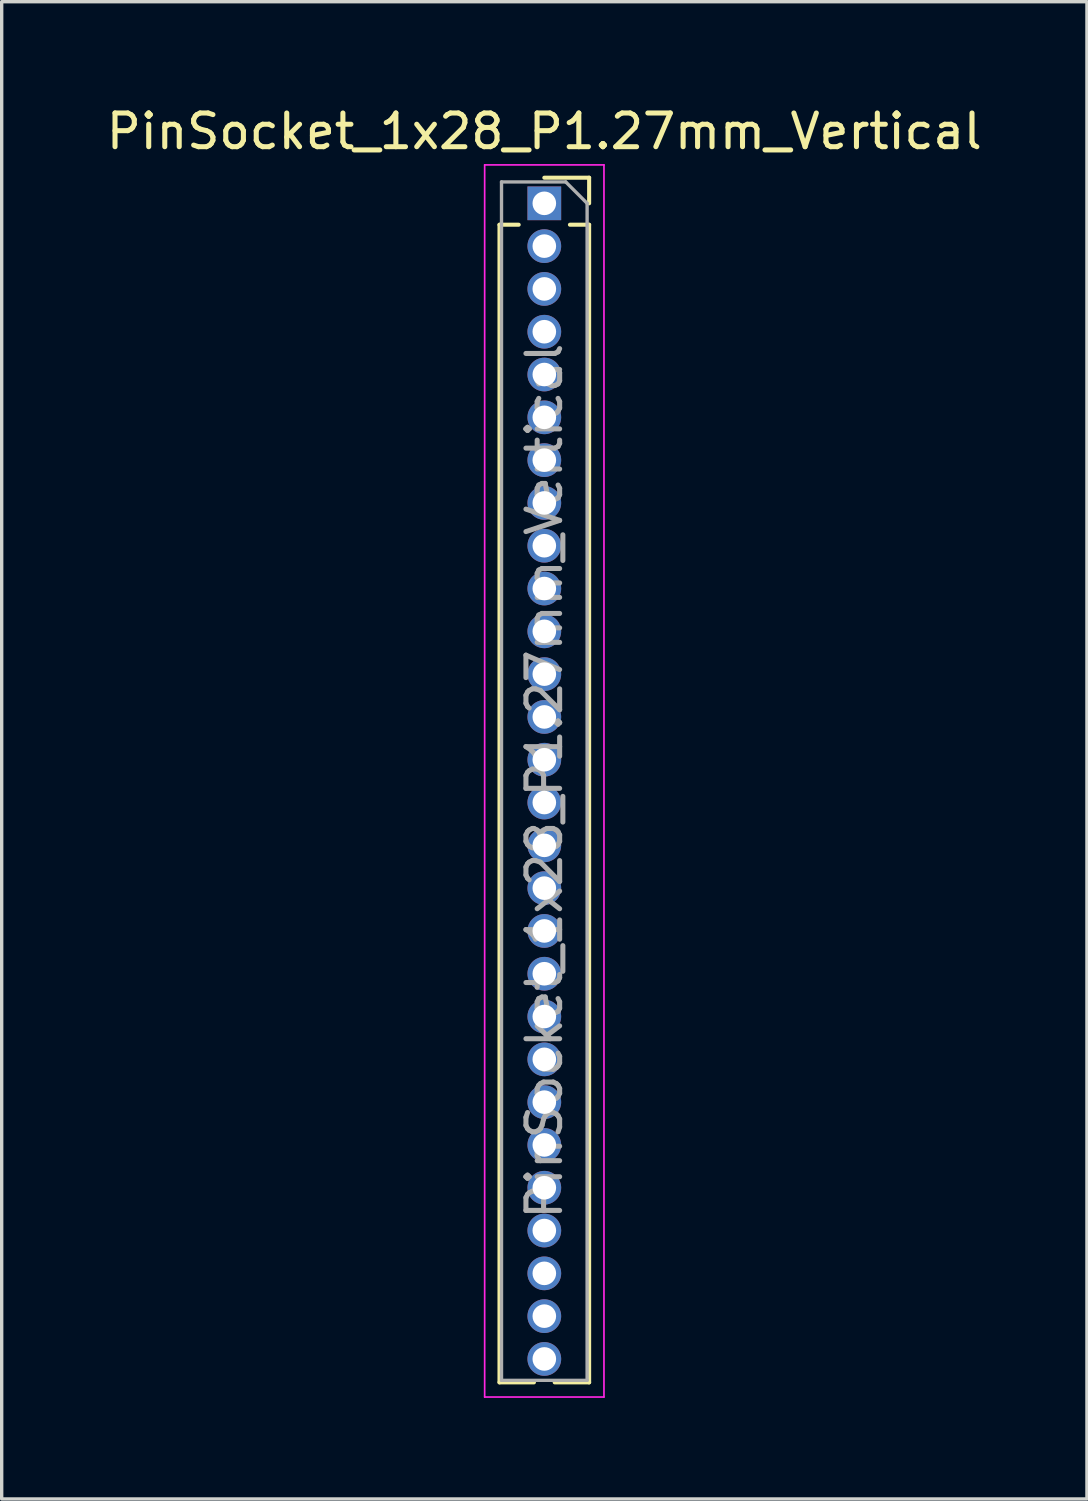
<source format=kicad_pcb>
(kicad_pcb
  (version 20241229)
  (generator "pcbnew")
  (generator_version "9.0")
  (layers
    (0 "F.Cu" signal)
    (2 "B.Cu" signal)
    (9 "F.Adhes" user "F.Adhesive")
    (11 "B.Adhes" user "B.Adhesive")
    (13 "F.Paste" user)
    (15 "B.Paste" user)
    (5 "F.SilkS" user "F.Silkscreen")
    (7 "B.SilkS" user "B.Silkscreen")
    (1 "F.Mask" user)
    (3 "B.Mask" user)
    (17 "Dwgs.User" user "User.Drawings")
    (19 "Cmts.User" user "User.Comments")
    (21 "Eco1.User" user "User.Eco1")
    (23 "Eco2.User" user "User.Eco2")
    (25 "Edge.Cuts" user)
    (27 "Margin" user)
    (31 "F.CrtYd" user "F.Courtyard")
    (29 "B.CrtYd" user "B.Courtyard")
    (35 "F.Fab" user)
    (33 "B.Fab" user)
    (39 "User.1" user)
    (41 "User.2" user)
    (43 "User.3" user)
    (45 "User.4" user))
  (footprint "PinSocket_1x28_P1.27mm_Vertical"
    (layer "F.Cu")
    (at 13.101 2.983)
    (property "Reference" "PinSocket_1x28_P1.27mm_Vertical" (at 0 -2.135 0) (layer "F.SilkS") (effects (font (size 1 1) (thickness 0.15))))
    (attr through_hole)
    (fp_line (start -1.33 0.635) (end -1.33 34.985) (stroke (width 0.12) (type solid)) (layer "F.SilkS"))
    (fp_line (start -1.33 0.635) (end -0.76 0.635) (stroke (width 0.12) (type solid)) (layer "F.SilkS"))
    (fp_line (start -1.33 34.985) (end -0.308 34.985) (stroke (width 0.12) (type solid)) (layer "F.SilkS"))
    (fp_line (start 0 -0.76) (end 1.33 -0.76) (stroke (width 0.12) (type solid)) (layer "F.SilkS"))
    (fp_line (start 0.308 34.985) (end 1.33 34.985) (stroke (width 0.12) (type solid)) (layer "F.SilkS"))
    (fp_line (start 0.76 0.635) (end 1.33 0.635) (stroke (width 0.12) (type solid)) (layer "F.SilkS"))
    (fp_line (start 1.33 -0.76) (end 1.33 0) (stroke (width 0.12) (type solid)) (layer "F.SilkS"))
    (fp_line (start 1.33 0.635) (end 1.33 34.985) (stroke (width 0.12) (type solid)) (layer "F.SilkS"))
    (fp_line (start -1.77 -1.14) (end 1.77 -1.14) (stroke (width 0.05) (type solid)) (layer "F.CrtYd"))
    (fp_line (start -1.77 35.42) (end -1.77 -1.14) (stroke (width 0.05) (type solid)) (layer "F.CrtYd"))
    (fp_line (start 1.77 -1.14) (end 1.77 35.42) (stroke (width 0.05) (type solid)) (layer "F.CrtYd"))
    (fp_line (start 1.77 35.42) (end -1.77 35.42) (stroke (width 0.05) (type solid)) (layer "F.CrtYd"))
    (fp_line (start -1.27 -0.635) (end 0.635 -0.635) (stroke (width 0.1) (type solid)) (layer "F.Fab"))
    (fp_line (start -1.27 34.925) (end -1.27 -0.635) (stroke (width 0.1) (type solid)) (layer "F.Fab"))
    (fp_line (start 0.635 -0.635) (end 1.27 0) (stroke (width 0.1) (type solid)) (layer "F.Fab"))
    (fp_line (start 1.27 0) (end 1.27 34.925) (stroke (width 0.1) (type solid)) (layer "F.Fab"))
    (fp_line (start 1.27 34.925) (end -1.27 34.925) (stroke (width 0.1) (type solid)) (layer "F.Fab"))
    (fp_text user "${REFERENCE}" (at 0 17.145 90) (layer "F.Fab") (effects (font (size 1 1) (thickness 0.15))))
    (pad "1" thru_hole rect (at 0 0) (size 1 1) (drill 0.7) (layers "*.Cu" "*.Mask"))
    (pad "2" thru_hole circle (at 0 1.27) (size 1 1) (drill 0.7) (layers "*.Cu" "*.Mask"))
    (pad "3" thru_hole circle (at 0 2.54) (size 1 1) (drill 0.7) (layers "*.Cu" "*.Mask"))
    (pad "4" thru_hole circle (at 0 3.81) (size 1 1) (drill 0.7) (layers "*.Cu" "*.Mask"))
    (pad "5" thru_hole circle (at 0 5.08) (size 1 1) (drill 0.7) (layers "*.Cu" "*.Mask"))
    (pad "6" thru_hole circle (at 0 6.35) (size 1 1) (drill 0.7) (layers "*.Cu" "*.Mask"))
    (pad "7" thru_hole circle (at 0 7.62) (size 1 1) (drill 0.7) (layers "*.Cu" "*.Mask"))
    (pad "8" thru_hole circle (at 0 8.89) (size 1 1) (drill 0.7) (layers "*.Cu" "*.Mask"))
    (pad "9" thru_hole circle (at 0 10.16) (size 1 1) (drill 0.7) (layers "*.Cu" "*.Mask"))
    (pad "10" thru_hole circle (at 0 11.43) (size 1 1) (drill 0.7) (layers "*.Cu" "*.Mask"))
    (pad "11" thru_hole circle (at 0 12.7) (size 1 1) (drill 0.7) (layers "*.Cu" "*.Mask"))
    (pad "12" thru_hole circle (at 0 13.97) (size 1 1) (drill 0.7) (layers "*.Cu" "*.Mask"))
    (pad "13" thru_hole circle (at 0 15.24) (size 1 1) (drill 0.7) (layers "*.Cu" "*.Mask"))
    (pad "14" thru_hole circle (at 0 16.51) (size 1 1) (drill 0.7) (layers "*.Cu" "*.Mask"))
    (pad "15" thru_hole circle (at 0 17.78) (size 1 1) (drill 0.7) (layers "*.Cu" "*.Mask"))
    (pad "16" thru_hole circle (at 0 19.05) (size 1 1) (drill 0.7) (layers "*.Cu" "*.Mask"))
    (pad "17" thru_hole circle (at 0 20.32) (size 1 1) (drill 0.7) (layers "*.Cu" "*.Mask"))
    (pad "18" thru_hole circle (at 0 21.59) (size 1 1) (drill 0.7) (layers "*.Cu" "*.Mask"))
    (pad "19" thru_hole circle (at 0 22.86) (size 1 1) (drill 0.7) (layers "*.Cu" "*.Mask"))
    (pad "20" thru_hole circle (at 0 24.13) (size 1 1) (drill 0.7) (layers "*.Cu" "*.Mask"))
    (pad "21" thru_hole circle (at 0 25.4) (size 1 1) (drill 0.7) (layers "*.Cu" "*.Mask"))
    (pad "22" thru_hole circle (at 0 26.67) (size 1 1) (drill 0.7) (layers "*.Cu" "*.Mask"))
    (pad "23" thru_hole circle (at 0 27.94) (size 1 1) (drill 0.7) (layers "*.Cu" "*.Mask"))
    (pad "24" thru_hole circle (at 0 29.21) (size 1 1) (drill 0.7) (layers "*.Cu" "*.Mask"))
    (pad "25" thru_hole circle (at 0 30.48) (size 1 1) (drill 0.7) (layers "*.Cu" "*.Mask"))
    (pad "26" thru_hole circle (at 0 31.75) (size 1 1) (drill 0.7) (layers "*.Cu" "*.Mask"))
    (pad "27" thru_hole circle (at 0 33.02) (size 1 1) (drill 0.7) (layers "*.Cu" "*.Mask"))
    (pad "28" thru_hole circle (at 0 34.29) (size 1 1) (drill 0.7) (layers "*.Cu" "*.Mask")))
  (gr_rect
    (start -3 -3)
    (end 29.202 41.428)
    (stroke (width 0.1) (type default))
    (fill no)
    (layer "Edge.Cuts")))
</source>
